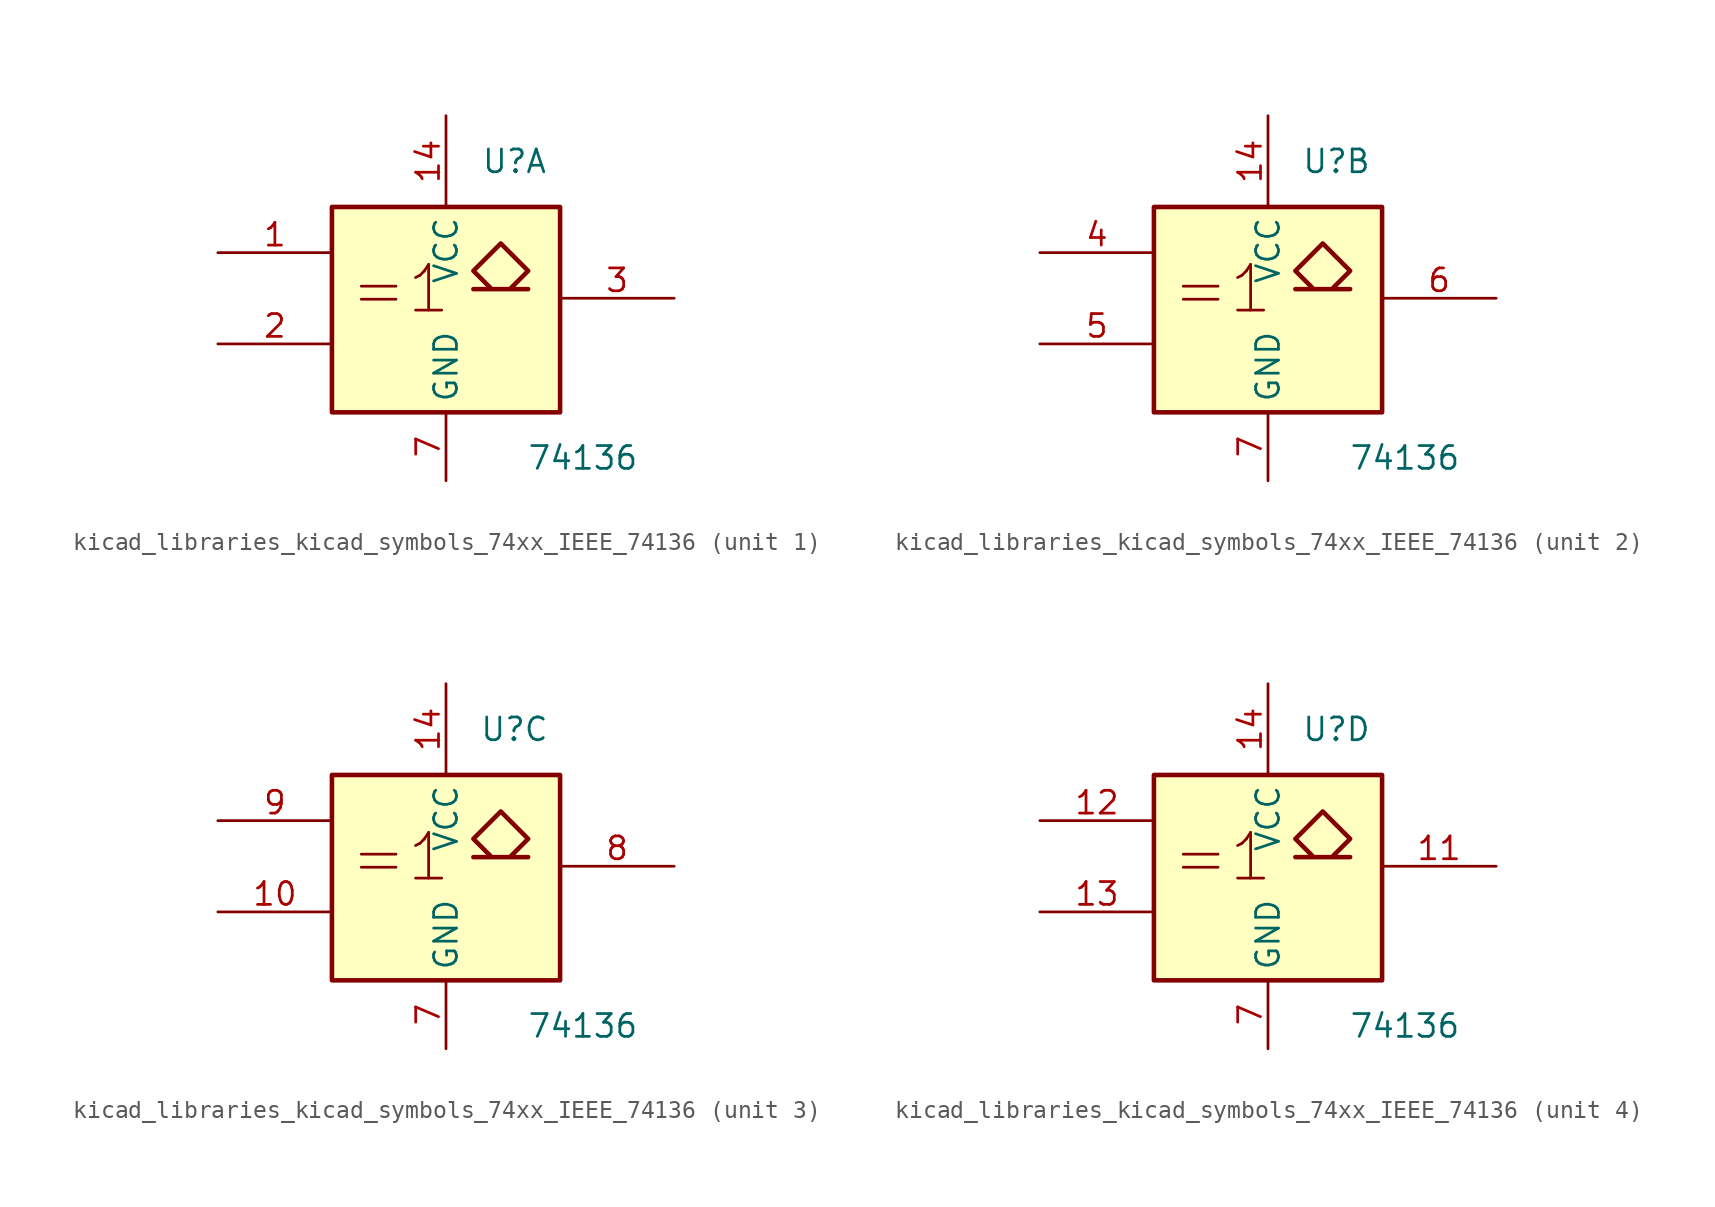
<source format=kicad_sym>
(kicad_symbol_lib
  (version 20220914)
  (generator kicad_symbol_editor)
  (symbol "kicad_libraries_kicad_symbols_74xx_IEEE_74136"
    (property "Reference" "U"
      (at 3.81 7.62 0)
      (effects (font (size 1.27 1.27))))
    (property "Value" "74136"
      (at 7.62 -8.89 0)
      (effects (font (size 1.27 1.27))))
    (symbol "kicad_libraries_kicad_symbols_74xx_IEEE_74136_0_1"
      (rectangle (start -6.35 5.08) (end 6.35 -6.35) (stroke (width 0.254) (type default)) (fill (type background)))
      (polyline (pts (xy 3.556 0.508) (xy 4.572 1.524) (xy 3.048 3.048) (xy 1.524 1.524) (xy 2.54 0.508) (xy 1.524 0.508) (xy 4.572 0.508) (xy 4.572 0.508)) (stroke (width 0.254) (type default)) (fill (type background)))
      (text "=1" (at -2.54 0.508 0) (effects (font (size 2.54 2.54))))
      (pin power_in line (at 0 10.16 270) (length 5.08) (name "VCC" (effects (font (size 1.27 1.27)))) (number "14" (effects (font (size 1.27 1.27)))))
      (pin power_in line (at 0 -10.16 90) (length 3.81) (name "GND" (effects (font (size 1.27 1.27)))) (number "7" (effects (font (size 1.27 1.27))))))
    (symbol "kicad_libraries_kicad_symbols_74xx_IEEE_74136_1_1"
      (pin input line (at -12.7 2.54 0) (length 6.35) (name "~" (effects (font (size 1.27 1.27)))) (number "1" (effects (font (size 1.27 1.27)))))
      (pin input line (at -12.7 -2.54 0) (length 6.35) (name "~" (effects (font (size 1.27 1.27)))) (number "2" (effects (font (size 1.27 1.27)))))
      (pin open_collector line (at 12.7 0 180) (length 6.35) (name "~" (effects (font (size 1.27 1.27)))) (number "3" (effects (font (size 1.27 1.27))))))
    (symbol "kicad_libraries_kicad_symbols_74xx_IEEE_74136_2_1"
      (pin input line (at -12.7 2.54 0) (length 6.35) (name "~" (effects (font (size 1.27 1.27)))) (number "4" (effects (font (size 1.27 1.27)))))
      (pin input line (at -12.7 -2.54 0) (length 6.35) (name "~" (effects (font (size 1.27 1.27)))) (number "5" (effects (font (size 1.27 1.27)))))
      (pin open_collector line (at 12.7 0 180) (length 6.35) (name "~" (effects (font (size 1.27 1.27)))) (number "6" (effects (font (size 1.27 1.27))))))
    (symbol "kicad_libraries_kicad_symbols_74xx_IEEE_74136_3_1"
      (pin input line (at -12.7 -2.54 0) (length 6.35) (name "~" (effects (font (size 1.27 1.27)))) (number "10" (effects (font (size 1.27 1.27)))))
      (pin open_collector line (at 12.7 0 180) (length 6.35) (name "~" (effects (font (size 1.27 1.27)))) (number "8" (effects (font (size 1.27 1.27)))))
      (pin input line (at -12.7 2.54 0) (length 6.35) (name "~" (effects (font (size 1.27 1.27)))) (number "9" (effects (font (size 1.27 1.27))))))
    (symbol "kicad_libraries_kicad_symbols_74xx_IEEE_74136_4_1"
      (pin open_collector line (at 12.7 0 180) (length 6.35) (name "~" (effects (font (size 1.27 1.27)))) (number "11" (effects (font (size 1.27 1.27)))))
      (pin input line (at -12.7 2.54 0) (length 6.35) (name "~" (effects (font (size 1.27 1.27)))) (number "12" (effects (font (size 1.27 1.27)))))
      (pin input line (at -12.7 -2.54 0) (length 6.35) (name "~" (effects (font (size 1.27 1.27)))) (number "13" (effects (font (size 1.27 1.27))))))))
</source>
